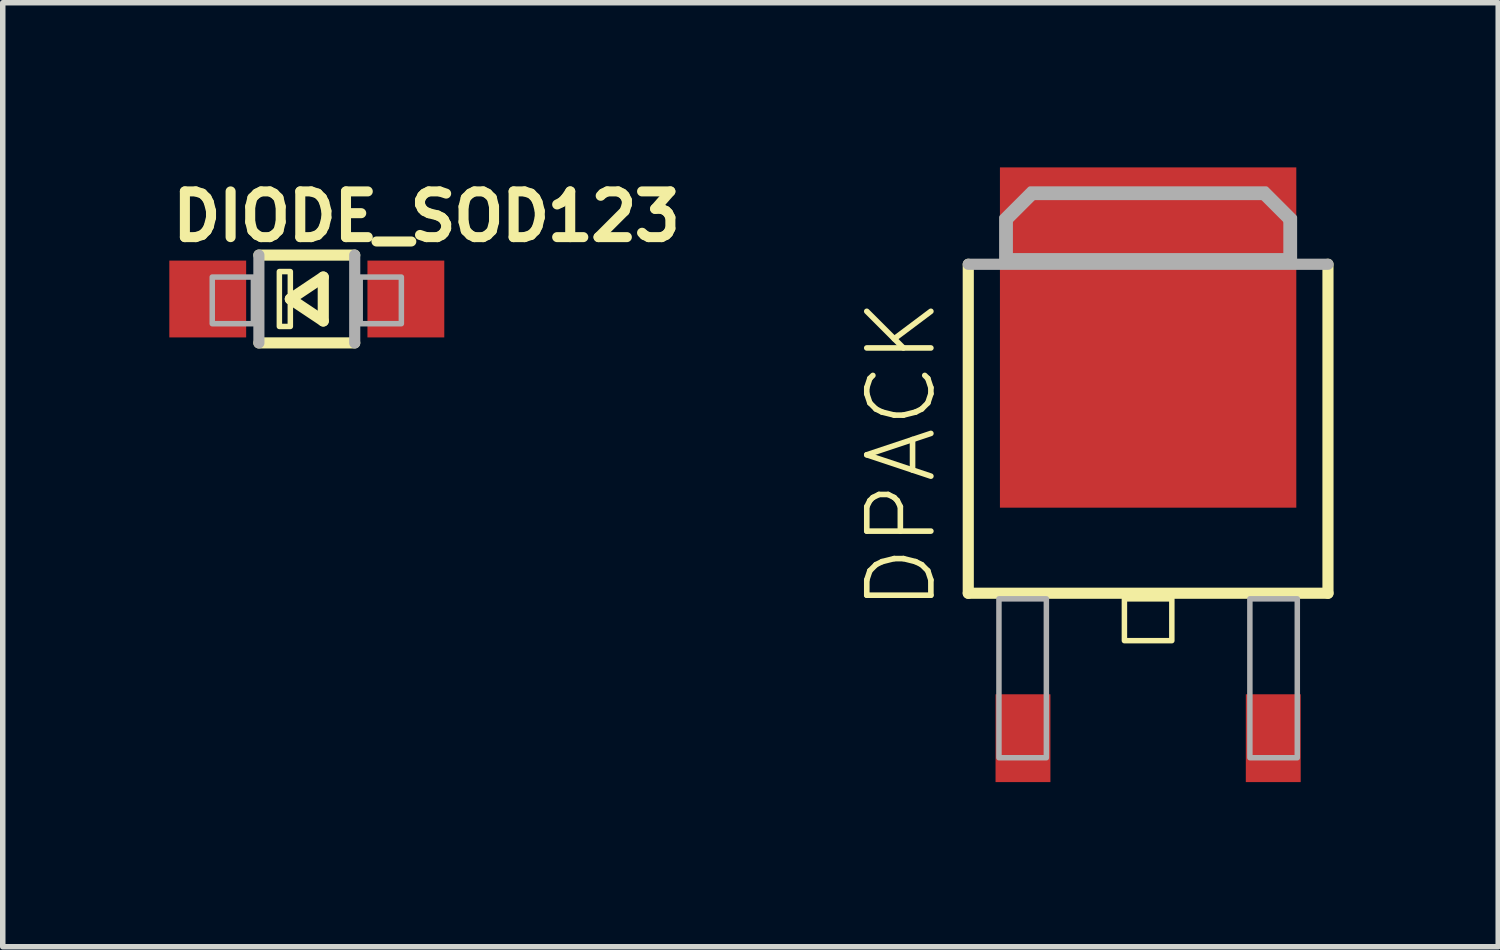
<source format=kicad_pcb>
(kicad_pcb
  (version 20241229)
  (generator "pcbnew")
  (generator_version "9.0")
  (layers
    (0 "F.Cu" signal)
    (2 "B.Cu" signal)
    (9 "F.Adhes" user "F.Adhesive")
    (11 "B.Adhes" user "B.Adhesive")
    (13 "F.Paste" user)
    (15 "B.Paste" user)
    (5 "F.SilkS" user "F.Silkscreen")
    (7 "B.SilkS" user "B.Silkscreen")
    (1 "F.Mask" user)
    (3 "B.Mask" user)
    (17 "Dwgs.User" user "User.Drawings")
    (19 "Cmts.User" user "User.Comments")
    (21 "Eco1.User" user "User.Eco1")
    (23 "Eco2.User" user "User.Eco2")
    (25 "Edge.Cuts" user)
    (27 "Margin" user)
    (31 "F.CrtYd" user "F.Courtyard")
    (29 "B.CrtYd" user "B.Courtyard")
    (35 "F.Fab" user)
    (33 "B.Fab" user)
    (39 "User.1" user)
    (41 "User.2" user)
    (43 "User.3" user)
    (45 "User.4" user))
  (footprint "DIODE_SOD123"
    (layer "F.Cu")
    (at 2.54 2.398)
    (property "Reference" "DIODE_SOD123" (at -2.54 -1.016 0) (layer "F.SilkS") (effects (font (size 0.833 0.833) (thickness 0.183)) (justify left bottom)))
    (fp_line (start -0.873 -0.8) (end 0.873 -0.8) (stroke (width 0.203) (type solid)) (layer "F.SilkS"))
    (fp_line (start -0.3 0) (end 0.3 -0.4) (stroke (width 0.203) (type solid)) (layer "F.SilkS"))
    (fp_line (start 0.3 -0.4) (end 0.3 0.4) (stroke (width 0.203) (type solid)) (layer "F.SilkS"))
    (fp_line (start 0.3 0.4) (end -0.3 0) (stroke (width 0.203) (type solid)) (layer "F.SilkS"))
    (fp_line (start 0.873 0.8) (end -0.873 0.8) (stroke (width 0.203) (type solid)) (layer "F.SilkS"))
    (fp_poly (pts (xy -0.5 0.5) (xy -0.3 0.5) (xy -0.3 -0.5) (xy -0.5 -0.5)) (stroke (width 0.1) (type solid)) (fill no) (layer "F.SilkS"))
    (fp_line (start -0.873 0.8) (end -0.873 -0.8) (stroke (width 0.203) (type solid)) (layer "F.Fab"))
    (fp_line (start 0.873 -0.8) (end 0.873 0.8) (stroke (width 0.203) (type solid)) (layer "F.Fab"))
    (fp_poly (pts (xy -1.723 0.45) (xy -0.973 0.45) (xy -0.973 -0.4) (xy -1.723 -0.4)) (stroke (width 0.1) (type solid)) (fill no) (layer "F.Fab"))
    (fp_poly (pts (xy 0.973 0.45) (xy 1.723 0.45) (xy 1.723 -0.4) (xy 0.973 -0.4)) (stroke (width 0.1) (type solid)) (fill no) (layer "F.Fab"))
    (pad "A" smd rect (at 1.805 0) (size 1.4 1.4) (layers "F.Cu" "F.Mask" "F.Paste"))
    (pad "C" smd rect (at -1.805 0) (size 1.4 1.4) (layers "F.Cu" "F.Mask" "F.Paste")))
  (footprint "DPACK"
    (layer "F.Cu")
    (at 17.869 5.6)
    (property "Reference" "DPACK" (at -3.81 2.54 90) (layer "F.SilkS") (effects (font (size 1.168 1.168) (thickness 0.102)) (justify left bottom)))
    (fp_line (start -3.277 2.159) (end -3.277 -3.835) (stroke (width 0.203) (type solid)) (layer "F.SilkS"))
    (fp_line (start 3.277 -3.835) (end 3.277 2.159) (stroke (width 0.203) (type solid)) (layer "F.SilkS"))
    (fp_line (start 3.277 2.159) (end -3.277 2.159) (stroke (width 0.203) (type solid)) (layer "F.SilkS"))
    (fp_poly (pts (xy -0.432 3.023) (xy 0.432 3.023) (xy 0.432 2.261) (xy -0.432 2.261)) (stroke (width 0.1) (type solid)) (fill no) (layer "F.SilkS"))
    (fp_line (start -3.277 -3.835) (end 3.277 -3.835) (stroke (width 0.203) (type solid)) (layer "F.Fab"))
    (fp_line (start -2.565 -4.648) (end -2.108 -5.105) (stroke (width 0.203) (type solid)) (layer "F.Fab"))
    (fp_line (start -2.565 -3.937) (end -2.565 -4.648) (stroke (width 0.203) (type solid)) (layer "F.Fab"))
    (fp_line (start -2.108 -5.105) (end 2.108 -5.105) (stroke (width 0.203) (type solid)) (layer "F.Fab"))
    (fp_line (start 2.108 -5.105) (end 2.565 -4.648) (stroke (width 0.203) (type solid)) (layer "F.Fab"))
    (fp_line (start 2.565 -4.648) (end 2.565 -3.937) (stroke (width 0.203) (type solid)) (layer "F.Fab"))
    (fp_line (start 2.565 -3.937) (end -2.565 -3.937) (stroke (width 0.203) (type solid)) (layer "F.Fab"))
    (fp_poly (pts (xy -2.718 5.156) (xy -1.854 5.156) (xy -1.854 2.261) (xy -2.718 2.261)) (stroke (width 0.1) (type solid)) (fill no) (layer "F.Fab"))
    (fp_poly (pts (xy 1.854 5.156) (xy 2.718 5.156) (xy 2.718 2.261) (xy 1.854 2.261)) (stroke (width 0.1) (type solid)) (fill no) (layer "F.Fab"))
    (fp_poly (pts (xy 2.665 -4.69) (xy 2.665 -3.837) (xy -2.665 -3.837) (xy -2.665 -4.69) (xy -2.15 -5.205) (xy 2.15 -5.205)) (stroke (width 0.1) (type solid)) (fill no) (layer "F.Fab"))
    (pad "1" smd rect (at -2.28 4.8) (size 1 1.6) (layers "F.Cu" "F.Mask" "F.Paste"))
    (pad "2" smd rect (at 0 -2.5) (size 5.4 6.2) (layers "F.Cu" "F.Mask" "F.Paste"))
    (pad "3" smd rect (at 2.28 4.8) (size 1 1.6) (layers "F.Cu" "F.Mask" "F.Paste")))
  (gr_rect
    (start -3 -3)
    (end 24.248 14.2)
    (stroke (width 0.1) (type default))
    (fill no)
    (layer "Edge.Cuts")))
</source>
